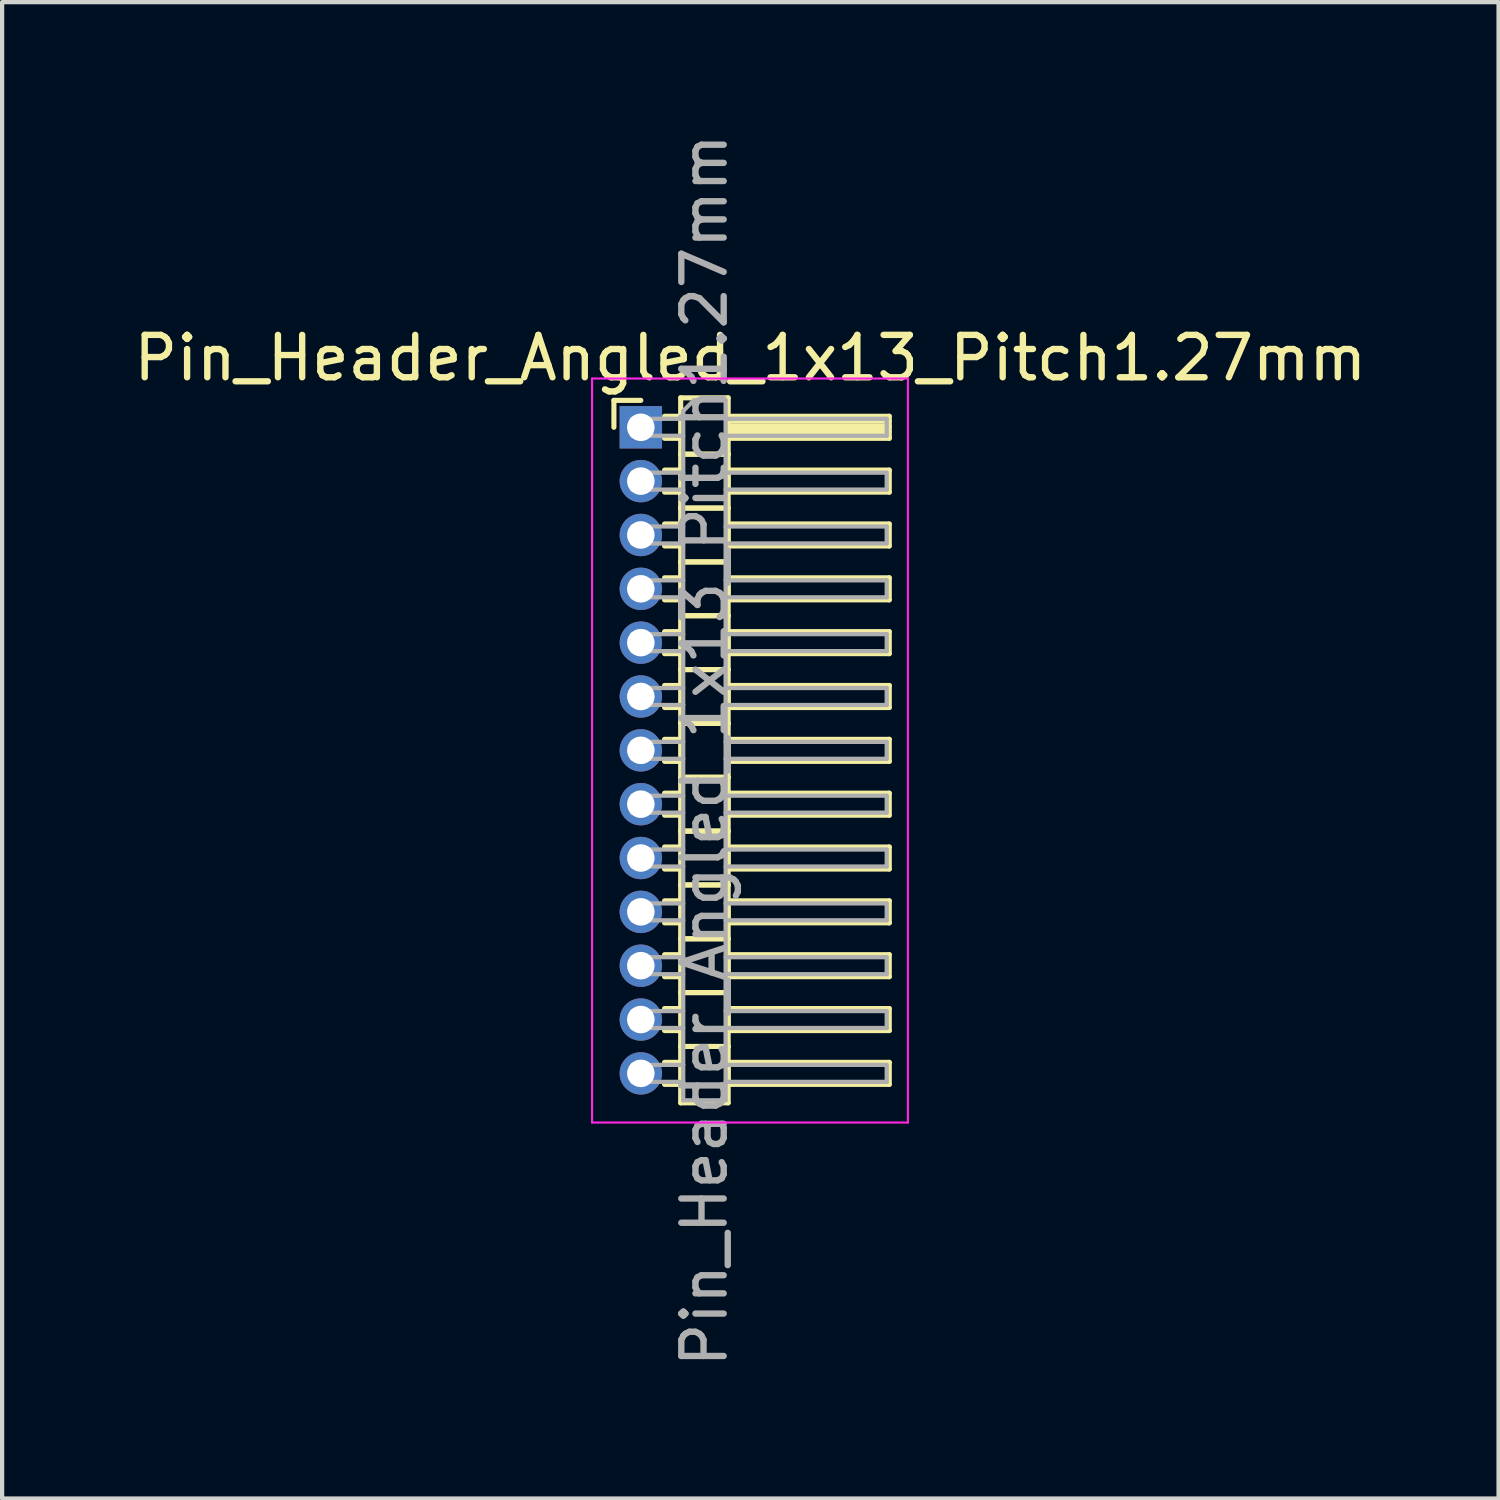
<source format=kicad_pcb>
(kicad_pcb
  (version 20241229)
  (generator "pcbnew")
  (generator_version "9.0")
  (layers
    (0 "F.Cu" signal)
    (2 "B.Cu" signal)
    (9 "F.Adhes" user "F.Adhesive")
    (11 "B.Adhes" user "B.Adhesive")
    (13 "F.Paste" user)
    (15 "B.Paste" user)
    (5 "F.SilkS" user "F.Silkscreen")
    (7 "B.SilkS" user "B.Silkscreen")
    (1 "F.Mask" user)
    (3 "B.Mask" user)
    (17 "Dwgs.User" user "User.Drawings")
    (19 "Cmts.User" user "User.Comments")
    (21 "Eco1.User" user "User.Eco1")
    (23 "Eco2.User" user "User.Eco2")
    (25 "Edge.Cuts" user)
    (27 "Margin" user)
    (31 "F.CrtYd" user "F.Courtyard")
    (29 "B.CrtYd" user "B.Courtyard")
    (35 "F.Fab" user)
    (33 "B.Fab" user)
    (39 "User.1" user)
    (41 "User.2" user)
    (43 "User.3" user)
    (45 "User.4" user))
  (footprint "Pin_Header_Angled_1x13_Pitch1.27mm"
    (layer "F.Cu")
    (at 12.066 7.029)
    (property "Reference" "Pin_Header_Angled_1x13_Pitch1.27mm" (at 2.583 -1.635 0) (layer "F.SilkS") (effects (font (size 1 1) (thickness 0.15))))
    (attr through_hole)
    (fp_line (start -0.635 -0.635) (end 0 -0.635) (stroke (width 0.12) (type solid)) (layer "F.SilkS"))
    (fp_line (start -0.635 0) (end -0.635 -0.635) (stroke (width 0.12) (type solid)) (layer "F.SilkS"))
    (fp_line (start 0.56 -0.26) (end 0.94 -0.26) (stroke (width 0.12) (type solid)) (layer "F.SilkS"))
    (fp_line (start 0.56 0.26) (end 0.94 0.26) (stroke (width 0.12) (type solid)) (layer "F.SilkS"))
    (fp_line (start 0.56 1.01) (end 0.94 1.01) (stroke (width 0.12) (type solid)) (layer "F.SilkS"))
    (fp_line (start 0.56 1.53) (end 0.94 1.53) (stroke (width 0.12) (type solid)) (layer "F.SilkS"))
    (fp_line (start 0.56 2.28) (end 0.94 2.28) (stroke (width 0.12) (type solid)) (layer "F.SilkS"))
    (fp_line (start 0.56 2.8) (end 0.94 2.8) (stroke (width 0.12) (type solid)) (layer "F.SilkS"))
    (fp_line (start 0.56 3.55) (end 0.94 3.55) (stroke (width 0.12) (type solid)) (layer "F.SilkS"))
    (fp_line (start 0.56 4.07) (end 0.94 4.07) (stroke (width 0.12) (type solid)) (layer "F.SilkS"))
    (fp_line (start 0.56 4.82) (end 0.94 4.82) (stroke (width 0.12) (type solid)) (layer "F.SilkS"))
    (fp_line (start 0.56 5.34) (end 0.94 5.34) (stroke (width 0.12) (type solid)) (layer "F.SilkS"))
    (fp_line (start 0.56 6.09) (end 0.94 6.09) (stroke (width 0.12) (type solid)) (layer "F.SilkS"))
    (fp_line (start 0.56 6.61) (end 0.94 6.61) (stroke (width 0.12) (type solid)) (layer "F.SilkS"))
    (fp_line (start 0.56 7.36) (end 0.94 7.36) (stroke (width 0.12) (type solid)) (layer "F.SilkS"))
    (fp_line (start 0.56 7.88) (end 0.94 7.88) (stroke (width 0.12) (type solid)) (layer "F.SilkS"))
    (fp_line (start 0.56 8.63) (end 0.94 8.63) (stroke (width 0.12) (type solid)) (layer "F.SilkS"))
    (fp_line (start 0.56 9.15) (end 0.94 9.15) (stroke (width 0.12) (type solid)) (layer "F.SilkS"))
    (fp_line (start 0.56 9.9) (end 0.94 9.9) (stroke (width 0.12) (type solid)) (layer "F.SilkS"))
    (fp_line (start 0.56 10.42) (end 0.94 10.42) (stroke (width 0.12) (type solid)) (layer "F.SilkS"))
    (fp_line (start 0.56 11.17) (end 0.94 11.17) (stroke (width 0.12) (type solid)) (layer "F.SilkS"))
    (fp_line (start 0.56 11.69) (end 0.94 11.69) (stroke (width 0.12) (type solid)) (layer "F.SilkS"))
    (fp_line (start 0.56 12.44) (end 0.94 12.44) (stroke (width 0.12) (type solid)) (layer "F.SilkS"))
    (fp_line (start 0.56 12.96) (end 0.94 12.96) (stroke (width 0.12) (type solid)) (layer "F.SilkS"))
    (fp_line (start 0.56 13.71) (end 0.94 13.71) (stroke (width 0.12) (type solid)) (layer "F.SilkS"))
    (fp_line (start 0.56 14.23) (end 0.94 14.23) (stroke (width 0.12) (type solid)) (layer "F.SilkS"))
    (fp_line (start 0.56 14.98) (end 0.94 14.98) (stroke (width 0.12) (type solid)) (layer "F.SilkS"))
    (fp_line (start 0.56 15.5) (end 0.94 15.5) (stroke (width 0.12) (type solid)) (layer "F.SilkS"))
    (fp_line (start 0.94 -0.695) (end 0.94 0.635) (stroke (width 0.12) (type solid)) (layer "F.SilkS"))
    (fp_line (start 0.94 0.635) (end 0.94 1.905) (stroke (width 0.12) (type solid)) (layer "F.SilkS"))
    (fp_line (start 0.94 0.635) (end 2.06 0.635) (stroke (width 0.12) (type solid)) (layer "F.SilkS"))
    (fp_line (start 0.94 1.905) (end 0.94 3.175) (stroke (width 0.12) (type solid)) (layer "F.SilkS"))
    (fp_line (start 0.94 1.905) (end 2.06 1.905) (stroke (width 0.12) (type solid)) (layer "F.SilkS"))
    (fp_line (start 0.94 3.175) (end 0.94 4.445) (stroke (width 0.12) (type solid)) (layer "F.SilkS"))
    (fp_line (start 0.94 3.175) (end 2.06 3.175) (stroke (width 0.12) (type solid)) (layer "F.SilkS"))
    (fp_line (start 0.94 4.445) (end 0.94 5.715) (stroke (width 0.12) (type solid)) (layer "F.SilkS"))
    (fp_line (start 0.94 4.445) (end 2.06 4.445) (stroke (width 0.12) (type solid)) (layer "F.SilkS"))
    (fp_line (start 0.94 5.715) (end 0.94 6.985) (stroke (width 0.12) (type solid)) (layer "F.SilkS"))
    (fp_line (start 0.94 5.715) (end 2.06 5.715) (stroke (width 0.12) (type solid)) (layer "F.SilkS"))
    (fp_line (start 0.94 6.985) (end 0.94 8.255) (stroke (width 0.12) (type solid)) (layer "F.SilkS"))
    (fp_line (start 0.94 6.985) (end 2.06 6.985) (stroke (width 0.12) (type solid)) (layer "F.SilkS"))
    (fp_line (start 0.94 8.255) (end 0.94 9.525) (stroke (width 0.12) (type solid)) (layer "F.SilkS"))
    (fp_line (start 0.94 8.255) (end 2.06 8.255) (stroke (width 0.12) (type solid)) (layer "F.SilkS"))
    (fp_line (start 0.94 9.525) (end 0.94 10.795) (stroke (width 0.12) (type solid)) (layer "F.SilkS"))
    (fp_line (start 0.94 9.525) (end 2.06 9.525) (stroke (width 0.12) (type solid)) (layer "F.SilkS"))
    (fp_line (start 0.94 10.795) (end 0.94 12.065) (stroke (width 0.12) (type solid)) (layer "F.SilkS"))
    (fp_line (start 0.94 10.795) (end 2.06 10.795) (stroke (width 0.12) (type solid)) (layer "F.SilkS"))
    (fp_line (start 0.94 12.065) (end 0.94 13.335) (stroke (width 0.12) (type solid)) (layer "F.SilkS"))
    (fp_line (start 0.94 12.065) (end 2.06 12.065) (stroke (width 0.12) (type solid)) (layer "F.SilkS"))
    (fp_line (start 0.94 13.335) (end 0.94 14.605) (stroke (width 0.12) (type solid)) (layer "F.SilkS"))
    (fp_line (start 0.94 13.335) (end 2.06 13.335) (stroke (width 0.12) (type solid)) (layer "F.SilkS"))
    (fp_line (start 0.94 14.605) (end 0.94 15.935) (stroke (width 0.12) (type solid)) (layer "F.SilkS"))
    (fp_line (start 0.94 14.605) (end 2.06 14.605) (stroke (width 0.12) (type solid)) (layer "F.SilkS"))
    (fp_line (start 0.94 15.935) (end 2.06 15.935) (stroke (width 0.12) (type solid)) (layer "F.SilkS"))
    (fp_line (start 2.06 -0.695) (end 0.94 -0.695) (stroke (width 0.12) (type solid)) (layer "F.SilkS"))
    (fp_line (start 2.06 -0.26) (end 2.06 0.26) (stroke (width 0.12) (type solid)) (layer "F.SilkS"))
    (fp_line (start 2.06 -0.14) (end 5.86 -0.14) (stroke (width 0.12) (type solid)) (layer "F.SilkS"))
    (fp_line (start 2.06 -0.02) (end 5.86 -0.02) (stroke (width 0.12) (type solid)) (layer "F.SilkS"))
    (fp_line (start 2.06 0.1) (end 5.86 0.1) (stroke (width 0.12) (type solid)) (layer "F.SilkS"))
    (fp_line (start 2.06 0.22) (end 5.86 0.22) (stroke (width 0.12) (type solid)) (layer "F.SilkS"))
    (fp_line (start 2.06 0.26) (end 5.86 0.26) (stroke (width 0.12) (type solid)) (layer "F.SilkS"))
    (fp_line (start 2.06 0.635) (end 0.94 0.635) (stroke (width 0.12) (type solid)) (layer "F.SilkS"))
    (fp_line (start 2.06 0.635) (end 2.06 -0.695) (stroke (width 0.12) (type solid)) (layer "F.SilkS"))
    (fp_line (start 2.06 1.01) (end 2.06 1.53) (stroke (width 0.12) (type solid)) (layer "F.SilkS"))
    (fp_line (start 2.06 1.53) (end 5.86 1.53) (stroke (width 0.12) (type solid)) (layer "F.SilkS"))
    (fp_line (start 2.06 1.905) (end 0.94 1.905) (stroke (width 0.12) (type solid)) (layer "F.SilkS"))
    (fp_line (start 2.06 1.905) (end 2.06 0.635) (stroke (width 0.12) (type solid)) (layer "F.SilkS"))
    (fp_line (start 2.06 2.28) (end 2.06 2.8) (stroke (width 0.12) (type solid)) (layer "F.SilkS"))
    (fp_line (start 2.06 2.8) (end 5.86 2.8) (stroke (width 0.12) (type solid)) (layer "F.SilkS"))
    (fp_line (start 2.06 3.175) (end 0.94 3.175) (stroke (width 0.12) (type solid)) (layer "F.SilkS"))
    (fp_line (start 2.06 3.175) (end 2.06 1.905) (stroke (width 0.12) (type solid)) (layer "F.SilkS"))
    (fp_line (start 2.06 3.55) (end 2.06 4.07) (stroke (width 0.12) (type solid)) (layer "F.SilkS"))
    (fp_line (start 2.06 4.07) (end 5.86 4.07) (stroke (width 0.12) (type solid)) (layer "F.SilkS"))
    (fp_line (start 2.06 4.445) (end 0.94 4.445) (stroke (width 0.12) (type solid)) (layer "F.SilkS"))
    (fp_line (start 2.06 4.445) (end 2.06 3.175) (stroke (width 0.12) (type solid)) (layer "F.SilkS"))
    (fp_line (start 2.06 4.82) (end 2.06 5.34) (stroke (width 0.12) (type solid)) (layer "F.SilkS"))
    (fp_line (start 2.06 5.34) (end 5.86 5.34) (stroke (width 0.12) (type solid)) (layer "F.SilkS"))
    (fp_line (start 2.06 5.715) (end 0.94 5.715) (stroke (width 0.12) (type solid)) (layer "F.SilkS"))
    (fp_line (start 2.06 5.715) (end 2.06 4.445) (stroke (width 0.12) (type solid)) (layer "F.SilkS"))
    (fp_line (start 2.06 6.09) (end 2.06 6.61) (stroke (width 0.12) (type solid)) (layer "F.SilkS"))
    (fp_line (start 2.06 6.61) (end 5.86 6.61) (stroke (width 0.12) (type solid)) (layer "F.SilkS"))
    (fp_line (start 2.06 6.985) (end 0.94 6.985) (stroke (width 0.12) (type solid)) (layer "F.SilkS"))
    (fp_line (start 2.06 6.985) (end 2.06 5.715) (stroke (width 0.12) (type solid)) (layer "F.SilkS"))
    (fp_line (start 2.06 7.36) (end 2.06 7.88) (stroke (width 0.12) (type solid)) (layer "F.SilkS"))
    (fp_line (start 2.06 7.88) (end 5.86 7.88) (stroke (width 0.12) (type solid)) (layer "F.SilkS"))
    (fp_line (start 2.06 8.255) (end 0.94 8.255) (stroke (width 0.12) (type solid)) (layer "F.SilkS"))
    (fp_line (start 2.06 8.255) (end 2.06 6.985) (stroke (width 0.12) (type solid)) (layer "F.SilkS"))
    (fp_line (start 2.06 8.63) (end 2.06 9.15) (stroke (width 0.12) (type solid)) (layer "F.SilkS"))
    (fp_line (start 2.06 9.15) (end 5.86 9.15) (stroke (width 0.12) (type solid)) (layer "F.SilkS"))
    (fp_line (start 2.06 9.525) (end 0.94 9.525) (stroke (width 0.12) (type solid)) (layer "F.SilkS"))
    (fp_line (start 2.06 9.525) (end 2.06 8.255) (stroke (width 0.12) (type solid)) (layer "F.SilkS"))
    (fp_line (start 2.06 9.9) (end 2.06 10.42) (stroke (width 0.12) (type solid)) (layer "F.SilkS"))
    (fp_line (start 2.06 10.42) (end 5.86 10.42) (stroke (width 0.12) (type solid)) (layer "F.SilkS"))
    (fp_line (start 2.06 10.795) (end 0.94 10.795) (stroke (width 0.12) (type solid)) (layer "F.SilkS"))
    (fp_line (start 2.06 10.795) (end 2.06 9.525) (stroke (width 0.12) (type solid)) (layer "F.SilkS"))
    (fp_line (start 2.06 11.17) (end 2.06 11.69) (stroke (width 0.12) (type solid)) (layer "F.SilkS"))
    (fp_line (start 2.06 11.69) (end 5.86 11.69) (stroke (width 0.12) (type solid)) (layer "F.SilkS"))
    (fp_line (start 2.06 12.065) (end 0.94 12.065) (stroke (width 0.12) (type solid)) (layer "F.SilkS"))
    (fp_line (start 2.06 12.065) (end 2.06 10.795) (stroke (width 0.12) (type solid)) (layer "F.SilkS"))
    (fp_line (start 2.06 12.44) (end 2.06 12.96) (stroke (width 0.12) (type solid)) (layer "F.SilkS"))
    (fp_line (start 2.06 12.96) (end 5.86 12.96) (stroke (width 0.12) (type solid)) (layer "F.SilkS"))
    (fp_line (start 2.06 13.335) (end 0.94 13.335) (stroke (width 0.12) (type solid)) (layer "F.SilkS"))
    (fp_line (start 2.06 13.335) (end 2.06 12.065) (stroke (width 0.12) (type solid)) (layer "F.SilkS"))
    (fp_line (start 2.06 13.71) (end 2.06 14.23) (stroke (width 0.12) (type solid)) (layer "F.SilkS"))
    (fp_line (start 2.06 14.23) (end 5.86 14.23) (stroke (width 0.12) (type solid)) (layer "F.SilkS"))
    (fp_line (start 2.06 14.605) (end 0.94 14.605) (stroke (width 0.12) (type solid)) (layer "F.SilkS"))
    (fp_line (start 2.06 14.605) (end 2.06 13.335) (stroke (width 0.12) (type solid)) (layer "F.SilkS"))
    (fp_line (start 2.06 14.98) (end 2.06 15.5) (stroke (width 0.12) (type solid)) (layer "F.SilkS"))
    (fp_line (start 2.06 15.5) (end 5.86 15.5) (stroke (width 0.12) (type solid)) (layer "F.SilkS"))
    (fp_line (start 2.06 15.935) (end 2.06 14.605) (stroke (width 0.12) (type solid)) (layer "F.SilkS"))
    (fp_line (start 5.86 -0.26) (end 2.06 -0.26) (stroke (width 0.12) (type solid)) (layer "F.SilkS"))
    (fp_line (start 5.86 0.26) (end 5.86 -0.26) (stroke (width 0.12) (type solid)) (layer "F.SilkS"))
    (fp_line (start 5.86 1.01) (end 2.06 1.01) (stroke (width 0.12) (type solid)) (layer "F.SilkS"))
    (fp_line (start 5.86 1.53) (end 5.86 1.01) (stroke (width 0.12) (type solid)) (layer "F.SilkS"))
    (fp_line (start 5.86 2.28) (end 2.06 2.28) (stroke (width 0.12) (type solid)) (layer "F.SilkS"))
    (fp_line (start 5.86 2.8) (end 5.86 2.28) (stroke (width 0.12) (type solid)) (layer "F.SilkS"))
    (fp_line (start 5.86 3.55) (end 2.06 3.55) (stroke (width 0.12) (type solid)) (layer "F.SilkS"))
    (fp_line (start 5.86 4.07) (end 5.86 3.55) (stroke (width 0.12) (type solid)) (layer "F.SilkS"))
    (fp_line (start 5.86 4.82) (end 2.06 4.82) (stroke (width 0.12) (type solid)) (layer "F.SilkS"))
    (fp_line (start 5.86 5.34) (end 5.86 4.82) (stroke (width 0.12) (type solid)) (layer "F.SilkS"))
    (fp_line (start 5.86 6.09) (end 2.06 6.09) (stroke (width 0.12) (type solid)) (layer "F.SilkS"))
    (fp_line (start 5.86 6.61) (end 5.86 6.09) (stroke (width 0.12) (type solid)) (layer "F.SilkS"))
    (fp_line (start 5.86 7.36) (end 2.06 7.36) (stroke (width 0.12) (type solid)) (layer "F.SilkS"))
    (fp_line (start 5.86 7.88) (end 5.86 7.36) (stroke (width 0.12) (type solid)) (layer "F.SilkS"))
    (fp_line (start 5.86 8.63) (end 2.06 8.63) (stroke (width 0.12) (type solid)) (layer "F.SilkS"))
    (fp_line (start 5.86 9.15) (end 5.86 8.63) (stroke (width 0.12) (type solid)) (layer "F.SilkS"))
    (fp_line (start 5.86 9.9) (end 2.06 9.9) (stroke (width 0.12) (type solid)) (layer "F.SilkS"))
    (fp_line (start 5.86 10.42) (end 5.86 9.9) (stroke (width 0.12) (type solid)) (layer "F.SilkS"))
    (fp_line (start 5.86 11.17) (end 2.06 11.17) (stroke (width 0.12) (type solid)) (layer "F.SilkS"))
    (fp_line (start 5.86 11.69) (end 5.86 11.17) (stroke (width 0.12) (type solid)) (layer "F.SilkS"))
    (fp_line (start 5.86 12.44) (end 2.06 12.44) (stroke (width 0.12) (type solid)) (layer "F.SilkS"))
    (fp_line (start 5.86 12.96) (end 5.86 12.44) (stroke (width 0.12) (type solid)) (layer "F.SilkS"))
    (fp_line (start 5.86 13.71) (end 2.06 13.71) (stroke (width 0.12) (type solid)) (layer "F.SilkS"))
    (fp_line (start 5.86 14.23) (end 5.86 13.71) (stroke (width 0.12) (type solid)) (layer "F.SilkS"))
    (fp_line (start 5.86 14.98) (end 2.06 14.98) (stroke (width 0.12) (type solid)) (layer "F.SilkS"))
    (fp_line (start 5.86 15.5) (end 5.86 14.98) (stroke (width 0.12) (type solid)) (layer "F.SilkS"))
    (fp_line (start -1.15 -1.15) (end -1.15 16.4) (stroke (width 0.05) (type solid)) (layer "F.CrtYd"))
    (fp_line (start -1.15 16.4) (end 6.3 16.4) (stroke (width 0.05) (type solid)) (layer "F.CrtYd"))
    (fp_line (start 6.3 -1.15) (end -1.15 -1.15) (stroke (width 0.05) (type solid)) (layer "F.CrtYd"))
    (fp_line (start 6.3 16.4) (end 6.3 -1.15) (stroke (width 0.05) (type solid)) (layer "F.CrtYd"))
    (fp_line (start -0.2 -0.2) (end -0.2 0.2) (stroke (width 0.1) (type solid)) (layer "F.Fab"))
    (fp_line (start -0.2 -0.2) (end 1 -0.2) (stroke (width 0.1) (type solid)) (layer "F.Fab"))
    (fp_line (start -0.2 0.2) (end 1 0.2) (stroke (width 0.1) (type solid)) (layer "F.Fab"))
    (fp_line (start -0.2 1.07) (end -0.2 1.47) (stroke (width 0.1) (type solid)) (layer "F.Fab"))
    (fp_line (start -0.2 1.07) (end 1 1.07) (stroke (width 0.1) (type solid)) (layer "F.Fab"))
    (fp_line (start -0.2 1.47) (end 1 1.47) (stroke (width 0.1) (type solid)) (layer "F.Fab"))
    (fp_line (start -0.2 2.34) (end -0.2 2.74) (stroke (width 0.1) (type solid)) (layer "F.Fab"))
    (fp_line (start -0.2 2.34) (end 1 2.34) (stroke (width 0.1) (type solid)) (layer "F.Fab"))
    (fp_line (start -0.2 2.74) (end 1 2.74) (stroke (width 0.1) (type solid)) (layer "F.Fab"))
    (fp_line (start -0.2 3.61) (end -0.2 4.01) (stroke (width 0.1) (type solid)) (layer "F.Fab"))
    (fp_line (start -0.2 3.61) (end 1 3.61) (stroke (width 0.1) (type solid)) (layer "F.Fab"))
    (fp_line (start -0.2 4.01) (end 1 4.01) (stroke (width 0.1) (type solid)) (layer "F.Fab"))
    (fp_line (start -0.2 4.88) (end -0.2 5.28) (stroke (width 0.1) (type solid)) (layer "F.Fab"))
    (fp_line (start -0.2 4.88) (end 1 4.88) (stroke (width 0.1) (type solid)) (layer "F.Fab"))
    (fp_line (start -0.2 5.28) (end 1 5.28) (stroke (width 0.1) (type solid)) (layer "F.Fab"))
    (fp_line (start -0.2 6.15) (end -0.2 6.55) (stroke (width 0.1) (type solid)) (layer "F.Fab"))
    (fp_line (start -0.2 6.15) (end 1 6.15) (stroke (width 0.1) (type solid)) (layer "F.Fab"))
    (fp_line (start -0.2 6.55) (end 1 6.55) (stroke (width 0.1) (type solid)) (layer "F.Fab"))
    (fp_line (start -0.2 7.42) (end -0.2 7.82) (stroke (width 0.1) (type solid)) (layer "F.Fab"))
    (fp_line (start -0.2 7.42) (end 1 7.42) (stroke (width 0.1) (type solid)) (layer "F.Fab"))
    (fp_line (start -0.2 7.82) (end 1 7.82) (stroke (width 0.1) (type solid)) (layer "F.Fab"))
    (fp_line (start -0.2 8.69) (end -0.2 9.09) (stroke (width 0.1) (type solid)) (layer "F.Fab"))
    (fp_line (start -0.2 8.69) (end 1 8.69) (stroke (width 0.1) (type solid)) (layer "F.Fab"))
    (fp_line (start -0.2 9.09) (end 1 9.09) (stroke (width 0.1) (type solid)) (layer "F.Fab"))
    (fp_line (start -0.2 9.96) (end -0.2 10.36) (stroke (width 0.1) (type solid)) (layer "F.Fab"))
    (fp_line (start -0.2 9.96) (end 1 9.96) (stroke (width 0.1) (type solid)) (layer "F.Fab"))
    (fp_line (start -0.2 10.36) (end 1 10.36) (stroke (width 0.1) (type solid)) (layer "F.Fab"))
    (fp_line (start -0.2 11.23) (end -0.2 11.63) (stroke (width 0.1) (type solid)) (layer "F.Fab"))
    (fp_line (start -0.2 11.23) (end 1 11.23) (stroke (width 0.1) (type solid)) (layer "F.Fab"))
    (fp_line (start -0.2 11.63) (end 1 11.63) (stroke (width 0.1) (type solid)) (layer "F.Fab"))
    (fp_line (start -0.2 12.5) (end -0.2 12.9) (stroke (width 0.1) (type solid)) (layer "F.Fab"))
    (fp_line (start -0.2 12.5) (end 1 12.5) (stroke (width 0.1) (type solid)) (layer "F.Fab"))
    (fp_line (start -0.2 12.9) (end 1 12.9) (stroke (width 0.1) (type solid)) (layer "F.Fab"))
    (fp_line (start -0.2 13.77) (end -0.2 14.17) (stroke (width 0.1) (type solid)) (layer "F.Fab"))
    (fp_line (start -0.2 13.77) (end 1 13.77) (stroke (width 0.1) (type solid)) (layer "F.Fab"))
    (fp_line (start -0.2 14.17) (end 1 14.17) (stroke (width 0.1) (type solid)) (layer "F.Fab"))
    (fp_line (start -0.2 15.04) (end -0.2 15.44) (stroke (width 0.1) (type solid)) (layer "F.Fab"))
    (fp_line (start -0.2 15.04) (end 1 15.04) (stroke (width 0.1) (type solid)) (layer "F.Fab"))
    (fp_line (start -0.2 15.44) (end 1 15.44) (stroke (width 0.1) (type solid)) (layer "F.Fab"))
    (fp_line (start 1 -0.385) (end 1.25 -0.635) (stroke (width 0.1) (type solid)) (layer "F.Fab"))
    (fp_line (start 1 15.875) (end 1 -0.385) (stroke (width 0.1) (type solid)) (layer "F.Fab"))
    (fp_line (start 1.25 -0.635) (end 2 -0.635) (stroke (width 0.1) (type solid)) (layer "F.Fab"))
    (fp_line (start 2 -0.635) (end 2 15.875) (stroke (width 0.1) (type solid)) (layer "F.Fab"))
    (fp_line (start 2 -0.2) (end 5.8 -0.2) (stroke (width 0.1) (type solid)) (layer "F.Fab"))
    (fp_line (start 2 0.2) (end 5.8 0.2) (stroke (width 0.1) (type solid)) (layer "F.Fab"))
    (fp_line (start 2 1.07) (end 5.8 1.07) (stroke (width 0.1) (type solid)) (layer "F.Fab"))
    (fp_line (start 2 1.47) (end 5.8 1.47) (stroke (width 0.1) (type solid)) (layer "F.Fab"))
    (fp_line (start 2 2.34) (end 5.8 2.34) (stroke (width 0.1) (type solid)) (layer "F.Fab"))
    (fp_line (start 2 2.74) (end 5.8 2.74) (stroke (width 0.1) (type solid)) (layer "F.Fab"))
    (fp_line (start 2 3.61) (end 5.8 3.61) (stroke (width 0.1) (type solid)) (layer "F.Fab"))
    (fp_line (start 2 4.01) (end 5.8 4.01) (stroke (width 0.1) (type solid)) (layer "F.Fab"))
    (fp_line (start 2 4.88) (end 5.8 4.88) (stroke (width 0.1) (type solid)) (layer "F.Fab"))
    (fp_line (start 2 5.28) (end 5.8 5.28) (stroke (width 0.1) (type solid)) (layer "F.Fab"))
    (fp_line (start 2 6.15) (end 5.8 6.15) (stroke (width 0.1) (type solid)) (layer "F.Fab"))
    (fp_line (start 2 6.55) (end 5.8 6.55) (stroke (width 0.1) (type solid)) (layer "F.Fab"))
    (fp_line (start 2 7.42) (end 5.8 7.42) (stroke (width 0.1) (type solid)) (layer "F.Fab"))
    (fp_line (start 2 7.82) (end 5.8 7.82) (stroke (width 0.1) (type solid)) (layer "F.Fab"))
    (fp_line (start 2 8.69) (end 5.8 8.69) (stroke (width 0.1) (type solid)) (layer "F.Fab"))
    (fp_line (start 2 9.09) (end 5.8 9.09) (stroke (width 0.1) (type solid)) (layer "F.Fab"))
    (fp_line (start 2 9.96) (end 5.8 9.96) (stroke (width 0.1) (type solid)) (layer "F.Fab"))
    (fp_line (start 2 10.36) (end 5.8 10.36) (stroke (width 0.1) (type solid)) (layer "F.Fab"))
    (fp_line (start 2 11.23) (end 5.8 11.23) (stroke (width 0.1) (type solid)) (layer "F.Fab"))
    (fp_line (start 2 11.63) (end 5.8 11.63) (stroke (width 0.1) (type solid)) (layer "F.Fab"))
    (fp_line (start 2 12.5) (end 5.8 12.5) (stroke (width 0.1) (type solid)) (layer "F.Fab"))
    (fp_line (start 2 12.9) (end 5.8 12.9) (stroke (width 0.1) (type solid)) (layer "F.Fab"))
    (fp_line (start 2 13.77) (end 5.8 13.77) (stroke (width 0.1) (type solid)) (layer "F.Fab"))
    (fp_line (start 2 14.17) (end 5.8 14.17) (stroke (width 0.1) (type solid)) (layer "F.Fab"))
    (fp_line (start 2 15.04) (end 5.8 15.04) (stroke (width 0.1) (type solid)) (layer "F.Fab"))
    (fp_line (start 2 15.44) (end 5.8 15.44) (stroke (width 0.1) (type solid)) (layer "F.Fab"))
    (fp_line (start 2 15.875) (end 1 15.875) (stroke (width 0.1) (type solid)) (layer "F.Fab"))
    (fp_line (start 5.8 -0.2) (end 5.8 0.2) (stroke (width 0.1) (type solid)) (layer "F.Fab"))
    (fp_line (start 5.8 1.07) (end 5.8 1.47) (stroke (width 0.1) (type solid)) (layer "F.Fab"))
    (fp_line (start 5.8 2.34) (end 5.8 2.74) (stroke (width 0.1) (type solid)) (layer "F.Fab"))
    (fp_line (start 5.8 3.61) (end 5.8 4.01) (stroke (width 0.1) (type solid)) (layer "F.Fab"))
    (fp_line (start 5.8 4.88) (end 5.8 5.28) (stroke (width 0.1) (type solid)) (layer "F.Fab"))
    (fp_line (start 5.8 6.15) (end 5.8 6.55) (stroke (width 0.1) (type solid)) (layer "F.Fab"))
    (fp_line (start 5.8 7.42) (end 5.8 7.82) (stroke (width 0.1) (type solid)) (layer "F.Fab"))
    (fp_line (start 5.8 8.69) (end 5.8 9.09) (stroke (width 0.1) (type solid)) (layer "F.Fab"))
    (fp_line (start 5.8 9.96) (end 5.8 10.36) (stroke (width 0.1) (type solid)) (layer "F.Fab"))
    (fp_line (start 5.8 11.23) (end 5.8 11.63) (stroke (width 0.1) (type solid)) (layer "F.Fab"))
    (fp_line (start 5.8 12.5) (end 5.8 12.9) (stroke (width 0.1) (type solid)) (layer "F.Fab"))
    (fp_line (start 5.8 13.77) (end 5.8 14.17) (stroke (width 0.1) (type solid)) (layer "F.Fab"))
    (fp_line (start 5.8 15.04) (end 5.8 15.44) (stroke (width 0.1) (type solid)) (layer "F.Fab"))
    (fp_text user "${REFERENCE}" (at 1.5 7.62 90) (layer "F.Fab") (effects (font (size 1 1) (thickness 0.15))))
    (pad "1" thru_hole rect (at 0 0) (size 1 1) (drill 0.65) (layers "*.Cu" "*.Mask"))
    (pad "2" thru_hole oval (at 0 1.27) (size 1 1) (drill 0.65) (layers "*.Cu" "*.Mask"))
    (pad "3" thru_hole oval (at 0 2.54) (size 1 1) (drill 0.65) (layers "*.Cu" "*.Mask"))
    (pad "4" thru_hole oval (at 0 3.81) (size 1 1) (drill 0.65) (layers "*.Cu" "*.Mask"))
    (pad "5" thru_hole oval (at 0 5.08) (size 1 1) (drill 0.65) (layers "*.Cu" "*.Mask"))
    (pad "6" thru_hole oval (at 0 6.35) (size 1 1) (drill 0.65) (layers "*.Cu" "*.Mask"))
    (pad "7" thru_hole oval (at 0 7.62) (size 1 1) (drill 0.65) (layers "*.Cu" "*.Mask"))
    (pad "8" thru_hole oval (at 0 8.89) (size 1 1) (drill 0.65) (layers "*.Cu" "*.Mask"))
    (pad "9" thru_hole oval (at 0 10.16) (size 1 1) (drill 0.65) (layers "*.Cu" "*.Mask"))
    (pad "10" thru_hole oval (at 0 11.43) (size 1 1) (drill 0.65) (layers "*.Cu" "*.Mask"))
    (pad "11" thru_hole oval (at 0 12.7) (size 1 1) (drill 0.65) (layers "*.Cu" "*.Mask"))
    (pad "12" thru_hole oval (at 0 13.97) (size 1 1) (drill 0.65) (layers "*.Cu" "*.Mask"))
    (pad "13" thru_hole oval (at 0 15.24) (size 1 1) (drill 0.65) (layers "*.Cu" "*.Mask")))
  (gr_rect
    (start -3 -3)
    (end 32.298 32.298)
    (stroke (width 0.1) (type default))
    (fill no)
    (layer "Edge.Cuts")))
</source>
